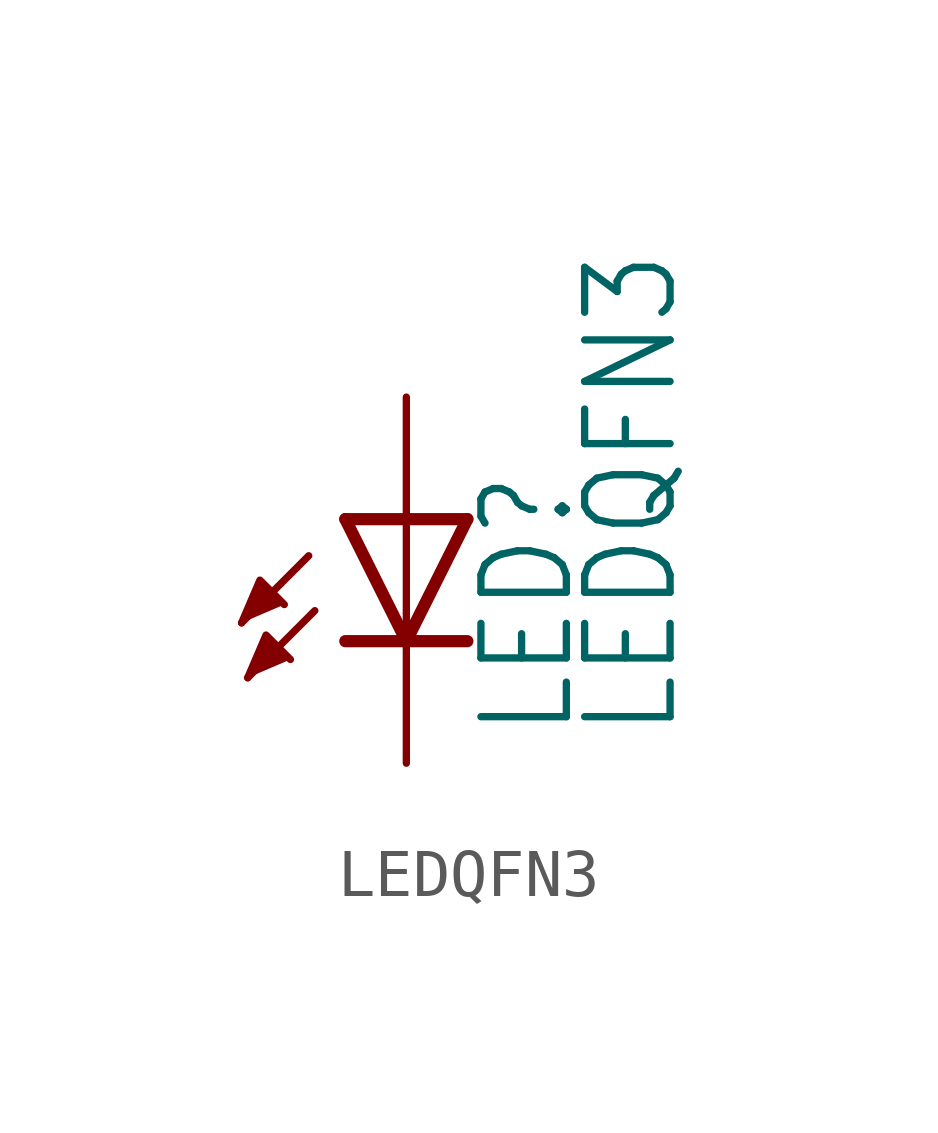
<source format=kicad_sym>
(kicad_symbol_lib
  (version 20211014)
  (generator kicad_symbol_editor)
  (symbol "LEDQFN3"
    (property "Reference" "LED"
      (at 3.556 -4.572 90)
      (effects (font (size 1.778 1.511)) (justify left bottom)))
    (property "Value" "LEDQFN3"
      (at 5.715 -4.572 90)
      (effects (font (size 1.778 1.511)) (justify left bottom)))
    (property "ki_locked" ""
      (at 0 0 0)
      (effects (font (size 1.27 1.27))))
    (symbol "LEDQFN3_1_0"
      (polyline (pts (xy -2.032 -0.762) (xy -3.429 -2.159)) (stroke (width 0.152) (type default) (color 0 0 0 0)) (fill (type none)))
      (polyline (pts (xy -1.905 -1.905) (xy -3.302 -3.302)) (stroke (width 0.152) (type default) (color 0 0 0 0)) (fill (type none)))
      (polyline (pts (xy 0 -2.54) (xy -1.27 -2.54)) (stroke (width 0.254) (type default) (color 0 0 0 0)) (fill (type none)))
      (polyline (pts (xy 0 -2.54) (xy -1.27 0)) (stroke (width 0.254) (type default) (color 0 0 0 0)) (fill (type none)))
      (polyline (pts (xy 0 0) (xy -1.27 0)) (stroke (width 0.254) (type default) (color 0 0 0 0)) (fill (type none)))
      (polyline (pts (xy 0 0) (xy 0 -2.54)) (stroke (width 0.152) (type default) (color 0 0 0 0)) (fill (type none)))
      (polyline (pts (xy 1.27 -2.54) (xy 0 -2.54)) (stroke (width 0.254) (type default) (color 0 0 0 0)) (fill (type none)))
      (polyline (pts (xy 1.27 0) (xy 0 -2.54)) (stroke (width 0.254) (type default) (color 0 0 0 0)) (fill (type none)))
      (polyline (pts (xy 1.27 0) (xy 0 0)) (stroke (width 0.254) (type default) (color 0 0 0 0)) (fill (type none)))
      (polyline (pts (xy -3.429 -2.159) (xy -3.048 -1.27) (xy -2.54 -1.778)) (stroke (width 0) (type default) (color 0 0 0 0)) (fill (type outline)))
      (polyline (pts (xy -3.302 -3.302) (xy -2.921 -2.413) (xy -2.413 -2.921)) (stroke (width 0) (type default) (color 0 0 0 0)) (fill (type outline)))
      (pin passive line (at 0 2.54 270) (length 2.54) (name "A" (effects (font (size 0 0)))) (number "A" (effects (font (size 0 0)))))
      (pin passive line (at 0 -5.08 90) (length 2.54) (name "C" (effects (font (size 0 0)))) (number "CATH" (effects (font (size 0 0))))))))
</source>
